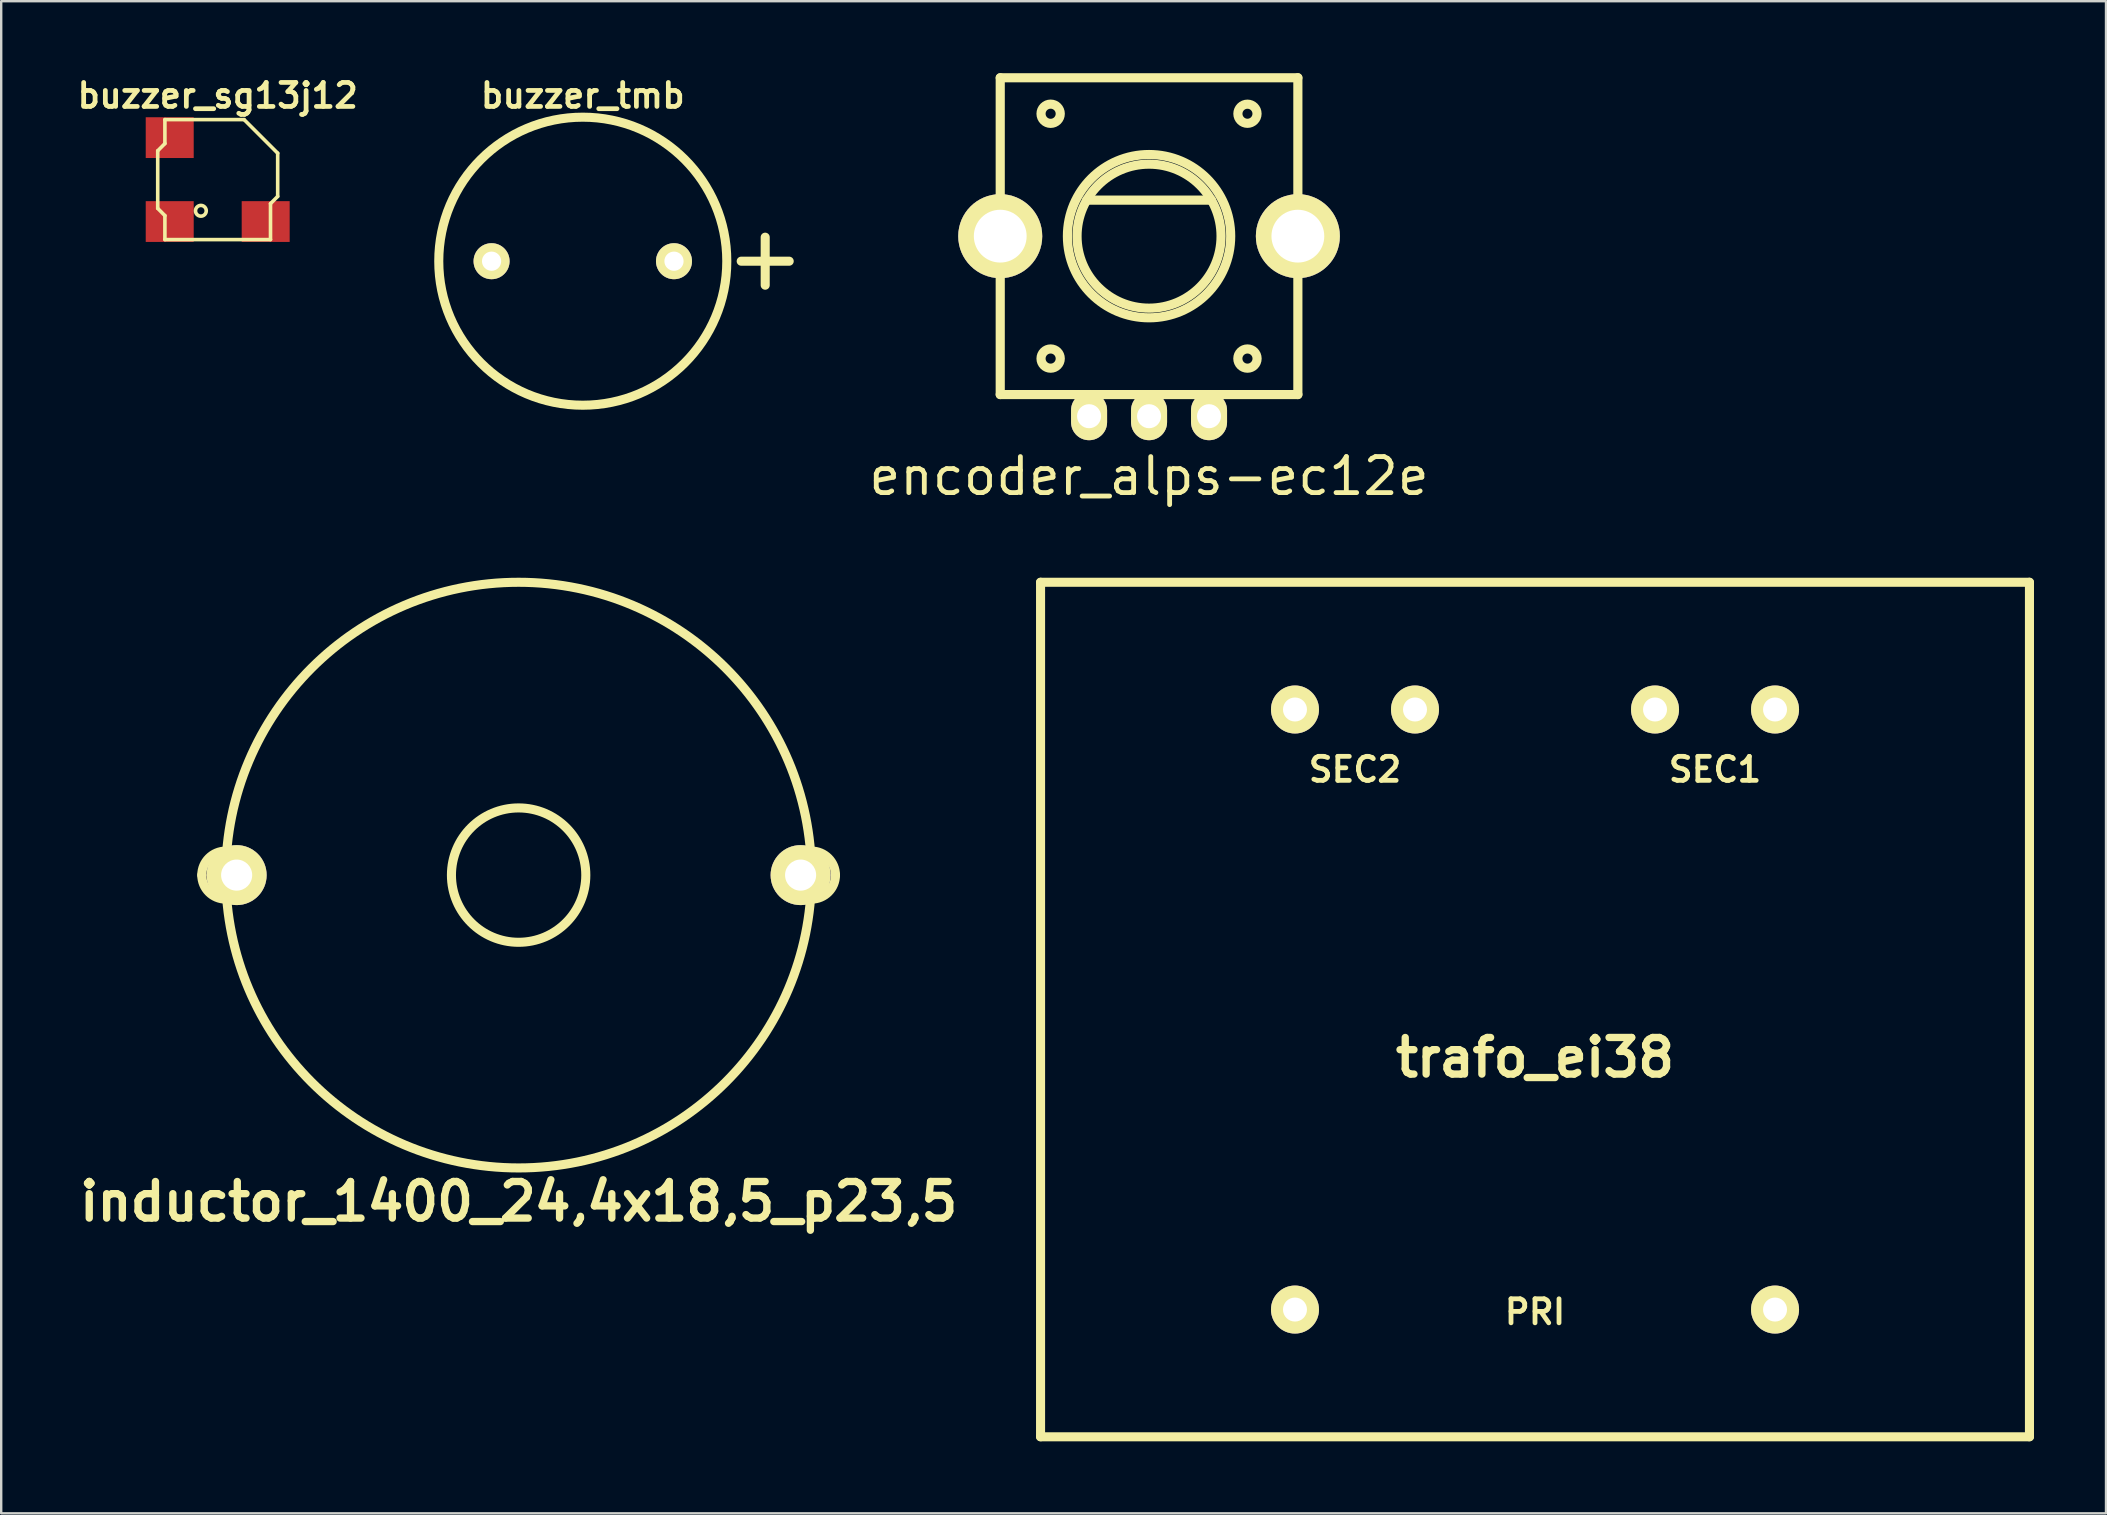
<source format=kicad_pcb>
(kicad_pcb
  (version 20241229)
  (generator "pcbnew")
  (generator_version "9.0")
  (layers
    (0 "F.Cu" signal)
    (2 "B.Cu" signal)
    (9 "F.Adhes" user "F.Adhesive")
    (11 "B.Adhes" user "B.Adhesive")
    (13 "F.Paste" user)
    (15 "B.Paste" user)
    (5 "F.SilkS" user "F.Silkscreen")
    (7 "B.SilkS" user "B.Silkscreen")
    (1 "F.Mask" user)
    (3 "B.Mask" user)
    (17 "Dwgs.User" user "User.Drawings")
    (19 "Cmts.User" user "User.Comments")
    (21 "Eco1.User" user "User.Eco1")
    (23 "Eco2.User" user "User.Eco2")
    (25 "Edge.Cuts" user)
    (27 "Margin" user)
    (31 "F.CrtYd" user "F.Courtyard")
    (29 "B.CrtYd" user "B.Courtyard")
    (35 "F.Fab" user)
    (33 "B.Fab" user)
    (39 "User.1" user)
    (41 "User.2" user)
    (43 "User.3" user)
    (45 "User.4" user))
  (footprint "buzzer_tmb"
    (layer "F.Cu")
    (at 21.23 7.832)
    (property "Reference" "buzzer_tmb" (at 0 -6.9 0) (layer "F.SilkS") (effects (font (size 0.998 0.998) (thickness 0.198))))
    (attr through_hole)
    (fp_line (start 6.6 0) (end 8.6 0) (stroke (width 0.378) (type solid)) (layer "F.SilkS"))
    (fp_line (start 7.6 1) (end 7.6 -1) (stroke (width 0.378) (type solid)) (layer "F.SilkS"))
    (fp_circle (center 0 0) (end -6 0) (stroke (width 0.378) (type solid)) (fill no) (layer "F.SilkS"))
    (pad "1" thru_hole circle (at 3.8 0) (size 1.5 1.5) (drill 0.8) (layers "*.Cu" "*.Mask" "F.SilkS"))
    (pad "2" thru_hole circle (at -3.8 0) (size 1.5 1.5) (drill 0.8) (layers "*.Cu" "*.Mask" "F.SilkS")))
  (footprint "inductor_1400_24,4x18,5_p23,5"
    (layer "F.Cu")
    (at 18.557 33.409)
    (property "Reference" "inductor_1400_24,4x18,5_p23,5" (at 0 13.599 0) (layer "F.SilkS") (effects (font (size 1.524 1.524) (thickness 0.305))))
    (attr through_hole)
    (fp_arc (start -13.20038 0) (mid -12.907264 -0.707644) (end -12.19962 -1.00076) (stroke (width 0.37846) (type solid)) (layer "F.SilkS"))
    (fp_arc (start -12.19962 1.00076) (mid -12.907264 0.707644) (end -13.20038 0) (stroke (width 0.37846) (type solid)) (layer "F.SilkS"))
    (fp_arc (start 12.19962 -1.00076) (mid 12.907264 -0.707644) (end 13.20038 0) (stroke (width 0.37846) (type solid)) (layer "F.SilkS"))
    (fp_arc (start 13.20038 0) (mid 12.907264 0.707644) (end 12.19962 1.00076) (stroke (width 0.37846) (type solid)) (layer "F.SilkS"))
    (fp_circle (center 0 0) (end -12.2 0) (stroke (width 0.378) (type solid)) (fill no) (layer "F.SilkS"))
    (fp_circle (center 0 0) (end -2.799 0) (stroke (width 0.378) (type solid)) (fill no) (layer "F.SilkS"))
    (pad "1" thru_hole circle (at 11.748 0) (size 2.499 2.499) (drill 1.295) (layers "*.Cu" "*.Mask" "F.SilkS"))
    (pad "2" thru_hole circle (at -11.748 0) (size 2.499 2.499) (drill 1.295) (layers "*.Cu" "*.Mask" "F.SilkS")))
  (footprint "encoder_alps-ec12e"
    (layer "F.Cu")
    (at 44.822 6.789)
    (property "Reference" "encoder_alps-ec12e" (at 0 10 0) (layer "F.SilkS") (effects (font (size 1.501 1.501) (thickness 0.201))))
    (attr through_hole)
    (fp_line (start -6.2 -6.599) (end -6.2 6.599) (stroke (width 0.381) (type solid)) (layer "F.SilkS"))
    (fp_line (start -6.2 6.599) (end 6.2 6.599) (stroke (width 0.381) (type solid)) (layer "F.SilkS"))
    (fp_line (start -2.601 -1.501) (end 2.601 -1.501) (stroke (width 0.381) (type solid)) (layer "F.SilkS"))
    (fp_line (start 6.2 -6.599) (end -6.2 -6.599) (stroke (width 0.381) (type solid)) (layer "F.SilkS"))
    (fp_line (start 6.2 6.599) (end 6.2 -6.599) (stroke (width 0.381) (type solid)) (layer "F.SilkS"))
    (fp_circle (center -4.1 -5.1) (end -4.501 -5.1) (stroke (width 0.381) (type solid)) (fill no) (layer "F.SilkS"))
    (fp_circle (center -4.1 5.1) (end -4.501 5.1) (stroke (width 0.381) (type solid)) (fill no) (layer "F.SilkS"))
    (fp_circle (center 0 0) (end -3.401 0) (stroke (width 0.381) (type solid)) (fill no) (layer "F.SilkS"))
    (fp_circle (center 0 0) (end -3 0) (stroke (width 0.381) (type solid)) (fill no) (layer "F.SilkS"))
    (fp_circle (center 4.1 -5.1) (end 3.701 -5.1) (stroke (width 0.381) (type solid)) (fill no) (layer "F.SilkS"))
    (fp_circle (center 4.1 5.1) (end 4.501 5.1) (stroke (width 0.381) (type solid)) (fill no) (layer "F.SilkS"))
    (pad "" thru_hole circle (at -6.2 0) (size 3.5 3.5) (drill 2.2) (layers "*.Cu" "*.Mask" "F.SilkS"))
    (pad "" thru_hole circle (at 6.2 0) (size 3.5 3.5) (drill 2.2) (layers "*.Cu" "*.Mask" "F.SilkS"))
    (pad "1" thru_hole oval (at -2.499 7.501) (size 1.501 1.999) (drill 1.001) (layers "*.Cu" "*.Mask" "F.SilkS"))
    (pad "2" thru_hole oval (at 0 7.501) (size 1.501 1.999) (drill 1.001) (layers "*.Cu" "*.Mask" "F.SilkS"))
    (pad "3" thru_hole oval (at 2.499 7.501) (size 1.501 1.999) (drill 1.001) (layers "*.Cu" "*.Mask" "F.SilkS")))
  (footprint "buzzer_sg13j12"
    (layer "F.Cu")
    (at 6.02 4.432)
    (property "Reference" "buzzer_sg13j12" (at 0 -3.5 0) (layer "F.SilkS") (effects (font (size 0.998 0.998) (thickness 0.198))))
    (attr through_hole)
    (fp_line (start -2.499 -1.199) (end -2.499 1.199) (stroke (width 0.15) (type solid)) (layer "F.SilkS"))
    (fp_line (start -2.499 1.199) (end -2.2 1.501) (stroke (width 0.15) (type solid)) (layer "F.SilkS"))
    (fp_line (start -2.2 -2.499) (end -2.2 -1.501) (stroke (width 0.15) (type solid)) (layer "F.SilkS"))
    (fp_line (start -2.2 -2.499) (end 1.1 -2.499) (stroke (width 0.15) (type solid)) (layer "F.SilkS"))
    (fp_line (start -2.2 -1.501) (end -2.499 -1.199) (stroke (width 0.15) (type solid)) (layer "F.SilkS"))
    (fp_line (start -2.2 1.501) (end -2.2 2.499) (stroke (width 0.15) (type solid)) (layer "F.SilkS"))
    (fp_line (start -2.2 2.499) (end 2.2 2.499) (stroke (width 0.15) (type solid)) (layer "F.SilkS"))
    (fp_line (start 2.2 1.001) (end 2.499 0.701) (stroke (width 0.15) (type solid)) (layer "F.SilkS"))
    (fp_line (start 2.2 2.499) (end 2.2 1.001) (stroke (width 0.15) (type solid)) (layer "F.SilkS"))
    (fp_line (start 2.499 -1.1) (end 1.1 -2.499) (stroke (width 0.15) (type solid)) (layer "F.SilkS"))
    (fp_line (start 2.499 0.701) (end 2.499 -1.1) (stroke (width 0.15) (type solid)) (layer "F.SilkS"))
    (fp_circle (center -0.701 1.3) (end -0.8 1.501) (stroke (width 0.15) (type solid)) (fill no) (layer "F.SilkS"))
    (pad "" smd rect (at -1.999 -1.748) (size 1.999 1.699) (layers "F.Cu" "F.Mask" "F.Paste"))
    (pad "1" smd rect (at -1.999 1.748) (size 1.999 1.699) (layers "F.Cu" "F.Mask" "F.Paste"))
    (pad "2" smd rect (at 1.999 1.748) (size 1.999 1.699) (layers "F.Cu" "F.Mask" "F.Paste")))
  (footprint "trafo_ei38"
    (layer "F.Cu")
    (at 60.902 39.009)
    (property "Reference" "trafo_ei38" (at 0 2 0) (layer "F.SilkS") (effects (font (size 1.524 1.524) (thickness 0.305))))
    (attr through_hole)
    (fp_line (start -20.6 -17.8) (end -20.6 17.8) (stroke (width 0.378) (type solid)) (layer "F.SilkS"))
    (fp_line (start -20.6 -17.8) (end 20.6 -17.8) (stroke (width 0.378) (type solid)) (layer "F.SilkS"))
    (fp_line (start -20.6 17.8) (end 20.6 17.8) (stroke (width 0.378) (type solid)) (layer "F.SilkS"))
    (fp_line (start 20.6 -17.8) (end 20.6 17.8) (stroke (width 0.378) (type solid)) (layer "F.SilkS"))
    (fp_text user "PRI" (at 0 12.6 0) (layer "F.SilkS") (effects (font (size 1 1) (thickness 0.2))))
    (fp_text user "SEC1" (at 7.5 -10 0) (layer "F.SilkS") (effects (font (size 1 1) (thickness 0.2))))
    (fp_text user "SEC2" (at -7.5 -10 0) (layer "F.SilkS") (effects (font (size 1 1) (thickness 0.2))))
    (pad "1" thru_hole circle (at -10 12.5) (size 2 2) (drill 1) (layers "*.Cu" "*.Mask" "F.SilkS"))
    (pad "5" thru_hole circle (at 10 12.5) (size 2 2) (drill 1) (layers "*.Cu" "*.Mask" "F.SilkS"))
    (pad "6" thru_hole circle (at 10 -12.5) (size 2 2) (drill 1) (layers "*.Cu" "*.Mask" "F.SilkS"))
    (pad "7" thru_hole circle (at 5 -12.5) (size 2 2) (drill 1) (layers "*.Cu" "*.Mask" "F.SilkS"))
    (pad "9" thru_hole circle (at -5 -12.5) (size 2 2) (drill 1) (layers "*.Cu" "*.Mask" "F.SilkS"))
    (pad "10" thru_hole circle (at -10 -12.5) (size 2 2) (drill 1) (layers "*.Cu" "*.Mask" "F.SilkS")))
  (gr_rect
    (start -3 -3)
    (end 84.691 59.998)
    (stroke (width 0.1) (type default))
    (fill no)
    (layer "Edge.Cuts")))
</source>
